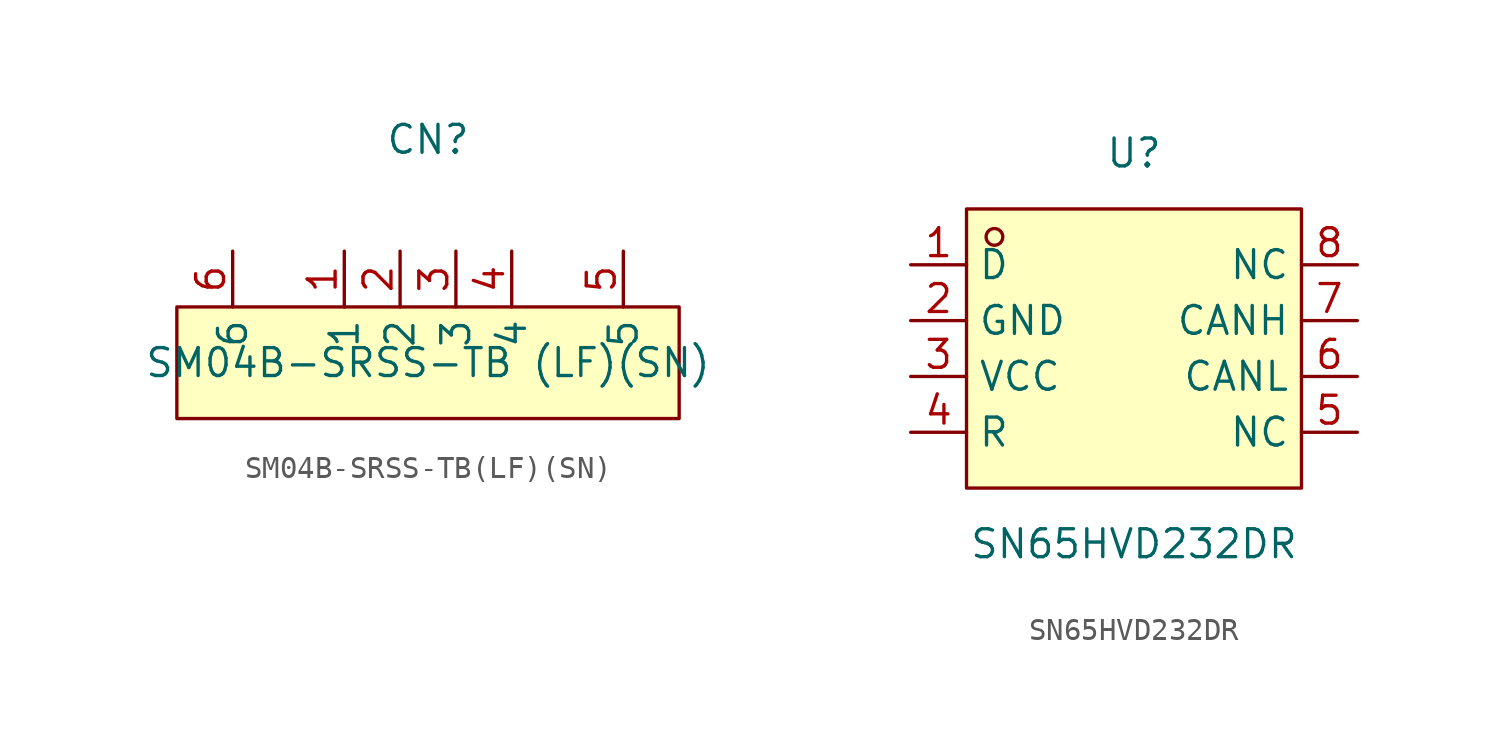
<source format=kicad_sym>
(kicad_symbol_lib
  (version 20211014)
  (generator https://github.com/uPesy/easyeda2kicad.py)
  (symbol "SM04B-SRSS-TB(LF)(SN)"
    (property "Reference" "CN"
      (at 0 8.89 0)
      (effects (font (size 1.27 1.27))))
    (property "Value" "SM04B-SRSS-TB (LF)(SN)"
      (at 0 -1.27 0)
      (effects (font (size 1.27 1.27))))
    (symbol "SM04B-SRSS-TB(LF)(SN)_0_1"
      (rectangle (start -11.43 1.27) (end 11.43 -3.81) (stroke (width 0) (type default) (color 0 0 0 0)) (fill (type background)))
      (pin unspecified line (at -3.81 3.81 270) (length 2.54) (name "1" (effects (font (size 1.27 1.27)))) (number "1" (effects (font (size 1.27 1.27)))))
      (pin unspecified line (at -1.27 3.81 270) (length 2.54) (name "2" (effects (font (size 1.27 1.27)))) (number "2" (effects (font (size 1.27 1.27)))))
      (pin unspecified line (at 1.27 3.81 270) (length 2.54) (name "3" (effects (font (size 1.27 1.27)))) (number "3" (effects (font (size 1.27 1.27)))))
      (pin unspecified line (at 3.81 3.81 270) (length 2.54) (name "4" (effects (font (size 1.27 1.27)))) (number "4" (effects (font (size 1.27 1.27)))))
      (pin unspecified line (at 8.89 3.81 270) (length 2.54) (name "5" (effects (font (size 1.27 1.27)))) (number "5" (effects (font (size 1.27 1.27)))))
      (pin unspecified line (at -8.89 3.81 270) (length 2.54) (name "6" (effects (font (size 1.27 1.27)))) (number "6" (effects (font (size 1.27 1.27)))))))
  (symbol "SN65HVD232DR"
    (property "Reference" "U"
      (at 0 8.89 0)
      (effects (font (size 1.27 1.27))))
    (property "Value" "SN65HVD232DR"
      (at 0 -8.89 0)
      (effects (font (size 1.27 1.27))))
    (symbol "SN65HVD232DR_0_1"
      (rectangle (start -7.62 6.35) (end 7.62 -6.35) (stroke (width 0) (type default) (color 0 0 0 0)) (fill (type background)))
      (circle (center -6.35 5.08) (radius 0.38) (stroke (width 0) (type default) (color 0 0 0 0)) (fill (type none)))
      (pin unspecified line (at -10.16 3.81 0) (length 2.54) (name "D" (effects (font (size 1.27 1.27)))) (number "1" (effects (font (size 1.27 1.27)))))
      (pin unspecified line (at -10.16 1.27 0) (length 2.54) (name "GND" (effects (font (size 1.27 1.27)))) (number "2" (effects (font (size 1.27 1.27)))))
      (pin unspecified line (at -10.16 -1.27 0) (length 2.54) (name "VCC" (effects (font (size 1.27 1.27)))) (number "3" (effects (font (size 1.27 1.27)))))
      (pin unspecified line (at -10.16 -3.81 0) (length 2.54) (name "R" (effects (font (size 1.27 1.27)))) (number "4" (effects (font (size 1.27 1.27)))))
      (pin unspecified line (at 10.16 -3.81 180) (length 2.54) (name "NC" (effects (font (size 1.27 1.27)))) (number "5" (effects (font (size 1.27 1.27)))))
      (pin unspecified line (at 10.16 -1.27 180) (length 2.54) (name "CANL" (effects (font (size 1.27 1.27)))) (number "6" (effects (font (size 1.27 1.27)))))
      (pin unspecified line (at 10.16 1.27 180) (length 2.54) (name "CANH" (effects (font (size 1.27 1.27)))) (number "7" (effects (font (size 1.27 1.27)))))
      (pin unspecified line (at 10.16 3.81 180) (length 2.54) (name "NC" (effects (font (size 1.27 1.27)))) (number "8" (effects (font (size 1.27 1.27))))))))
</source>
